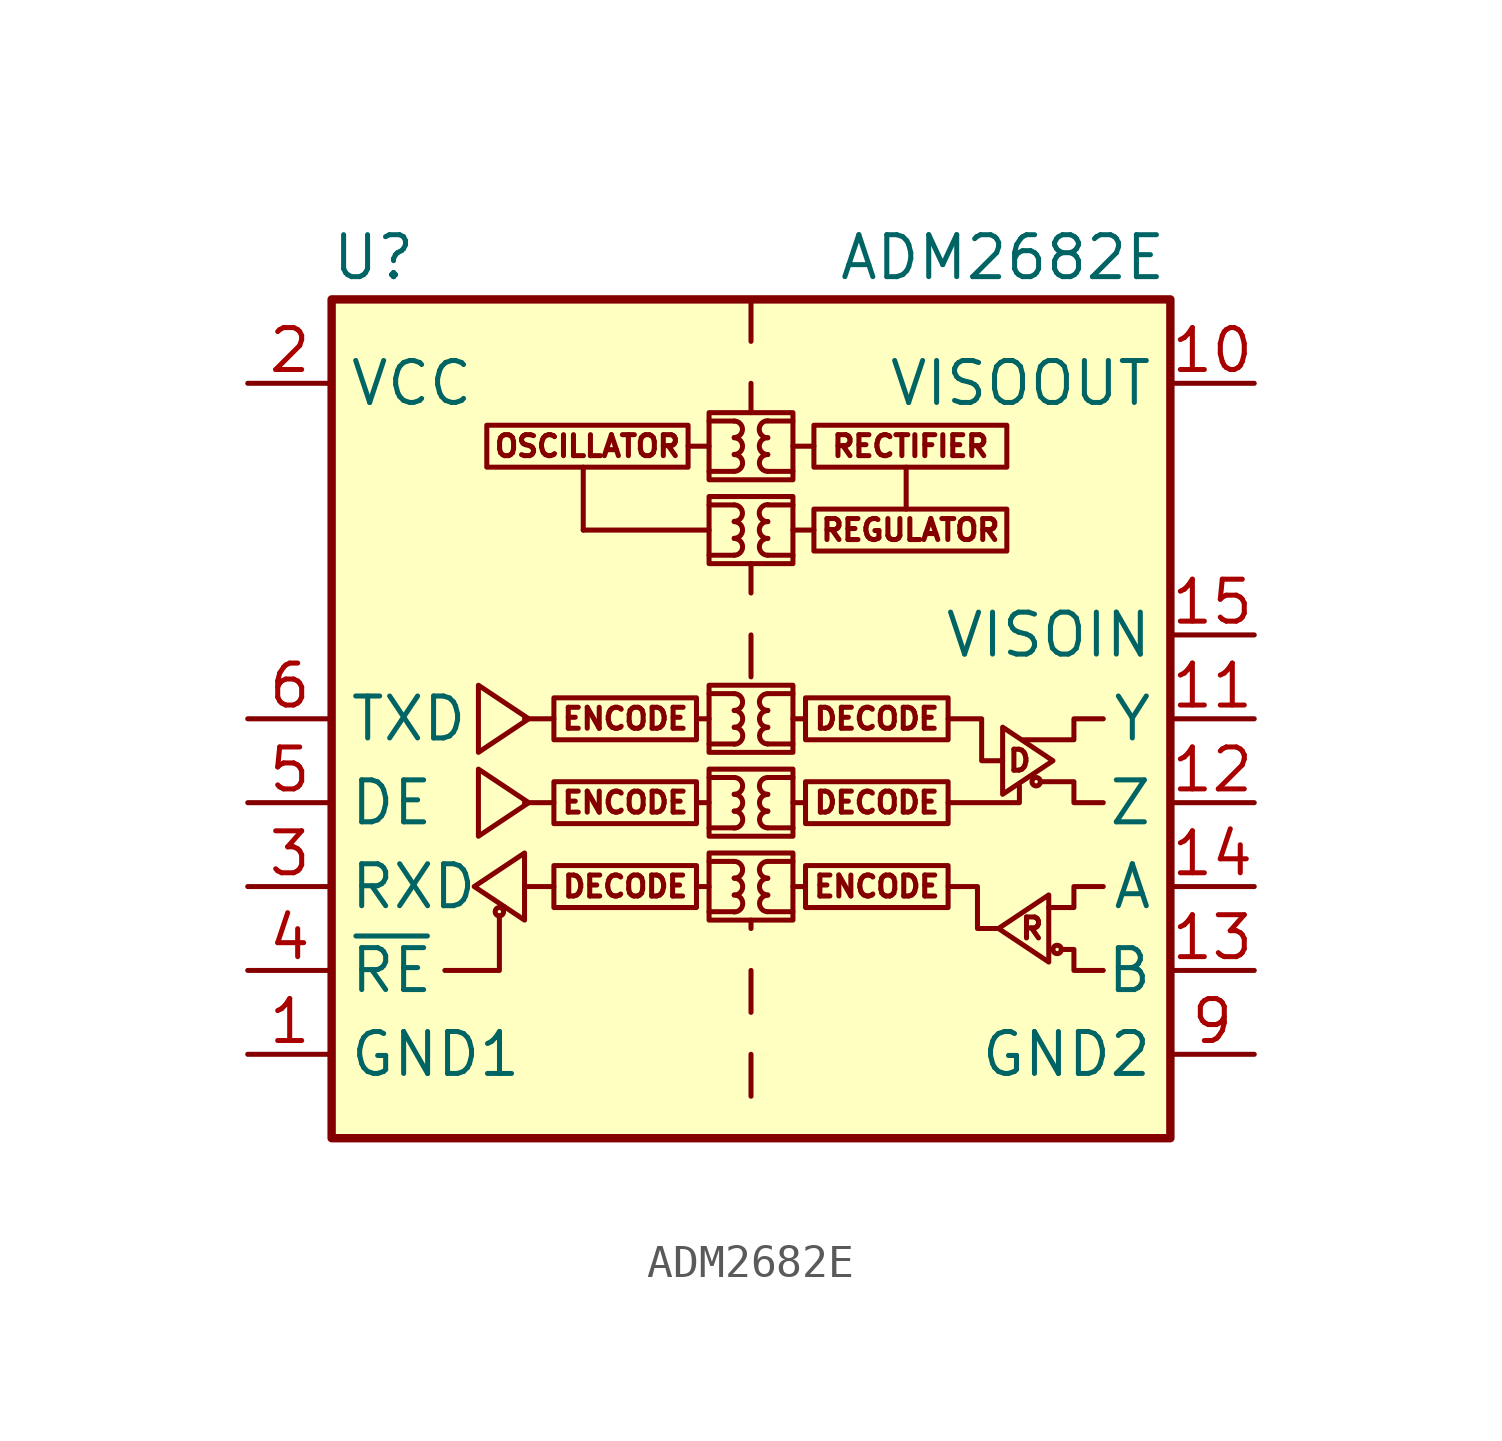
<source format=kicad_sym>
(kicad_symbol_lib
  (version 20201005)
  (generator kicad_symbol_editor)
  (symbol "Interface_UART:ADM2682E"
    (property "Reference" "U"
      (at -11.43 13.97 0)
      (effects (font (size 1.27 1.27))))
    (property "Value" "ADM2682E"
      (at 7.62 13.97 0)
      (effects (font (size 1.27 1.27))))
    (symbol "ADM2682E_0_0"
      (text "D" (at 8.128 -1.27 0) (effects (font (size 0.635 0.635))))
      (text "R" (at 8.509 -6.35 0) (effects (font (size 0.635 0.635)))))
    (symbol "ADM2682E_0_1"
      (circle (center -7.62 -5.842) (radius 0.127) (stroke (width 0)) (fill (type none)))
      (polyline (pts (xy -9.271 -7.62) (xy -7.62 -7.62) (xy -7.62 -5.969)) (stroke (width 0)) (fill (type none)))
      (polyline (pts (xy 5.969 -2.54) (xy 8.128 -2.54) (xy 8.128 -2.032)) (stroke (width 0)) (fill (type none)))
      (polyline (pts (xy 7.493 -6.35) (xy 6.858 -6.35) (xy 6.858 -5.08) (xy 5.969 -5.08)) (stroke (width 0)) (fill (type none)))
      (polyline (pts (xy 7.62 -1.27) (xy 6.985 -1.27) (xy 6.985 0) (xy 5.969 0)) (stroke (width 0)) (fill (type none)))
      (polyline (pts (xy 9.017 -5.715) (xy 9.779 -5.715) (xy 9.779 -5.08) (xy 10.668 -5.08)) (stroke (width 0)) (fill (type none)))
      (polyline (pts (xy 9.398 -6.985) (xy 9.779 -6.985) (xy 9.779 -7.62) (xy 10.668 -7.62)) (stroke (width 0)) (fill (type none)))
      (polyline (pts (xy 10.668 -2.54) (xy 9.779 -2.54) (xy 9.779 -1.905) (xy 8.763 -1.905)) (stroke (width 0)) (fill (type none)))
      (polyline (pts (xy 10.668 0) (xy 9.779 0) (xy 9.779 -0.635) (xy 8.255 -0.635)) (stroke (width 0)) (fill (type none))))
    (symbol "ADM2682E_1_0"
      (arc (start -0.508 -5.842) (end -0.508 -5.334) (radius (at -0.508 -5.588) (length 0.254) (angles -89.9 89.9)) (stroke (width 0)) (fill (type none)))
      (arc (start -0.508 -5.334) (end -0.508 -4.826) (radius (at -0.508 -5.08) (length 0.254) (angles -89.9 89.9)) (stroke (width 0)) (fill (type none)))
      (arc (start -0.508 -4.826) (end -0.508 -4.318) (radius (at -0.508 -4.572) (length 0.254) (angles -89.9 89.9)) (stroke (width 0)) (fill (type none)))
      (arc (start -0.508 -3.302) (end -0.508 -2.794) (radius (at -0.508 -3.048) (length 0.254) (angles -89.9 89.9)) (stroke (width 0)) (fill (type none)))
      (arc (start -0.508 -2.794) (end -0.508 -2.286) (radius (at -0.508 -2.54) (length 0.254) (angles -89.9 89.9)) (stroke (width 0)) (fill (type none)))
      (arc (start -0.508 -2.286) (end -0.508 -1.778) (radius (at -0.508 -2.032) (length 0.254) (angles -89.9 89.9)) (stroke (width 0)) (fill (type none)))
      (arc (start -0.508 -0.762) (end -0.508 -0.254) (radius (at -0.508 -0.508) (length 0.254) (angles -89.9 89.9)) (stroke (width 0)) (fill (type none)))
      (arc (start -0.508 -0.254) (end -0.508 0.254) (radius (at -0.508 0) (length 0.254) (angles -89.9 89.9)) (stroke (width 0)) (fill (type none)))
      (arc (start -0.508 0.254) (end -0.508 0.762) (radius (at -0.508 0.508) (length 0.254) (angles -89.9 89.9)) (stroke (width 0)) (fill (type none)))
      (arc (start -0.508 4.953) (end -0.508 5.461) (radius (at -0.508 5.207) (length 0.254) (angles -89.9 89.9)) (stroke (width 0)) (fill (type none)))
      (arc (start -0.508 5.461) (end -0.508 5.969) (radius (at -0.508 5.715) (length 0.254) (angles -89.9 89.9)) (stroke (width 0)) (fill (type none)))
      (arc (start -0.508 5.969) (end -0.508 6.477) (radius (at -0.508 6.223) (length 0.254) (angles -89.9 89.9)) (stroke (width 0)) (fill (type none)))
      (arc (start -0.508 7.493) (end -0.508 8.001) (radius (at -0.508 7.747) (length 0.254) (angles -89.9 89.9)) (stroke (width 0)) (fill (type none)))
      (arc (start -0.508 8.001) (end -0.508 8.509) (radius (at -0.508 8.255) (length 0.254) (angles -89.9 89.9)) (stroke (width 0)) (fill (type none)))
      (arc (start -0.508 8.509) (end -0.508 9.017) (radius (at -0.508 8.763) (length 0.254) (angles -89.9 89.9)) (stroke (width 0)) (fill (type none)))
      (arc (start 0.508 -5.334) (end 0.508 -5.842) (radius (at 0.508 -5.588) (length 0.254) (angles 90.1 -90.1)) (stroke (width 0)) (fill (type none)))
      (arc (start 0.508 -4.826) (end 0.508 -5.334) (radius (at 0.508 -5.08) (length 0.254) (angles 90.1 -90.1)) (stroke (width 0)) (fill (type none)))
      (arc (start 0.508 -4.318) (end 0.508 -4.826) (radius (at 0.508 -4.572) (length 0.254) (angles 90.1 -90.1)) (stroke (width 0)) (fill (type none)))
      (arc (start 0.508 -2.794) (end 0.508 -3.302) (radius (at 0.508 -3.048) (length 0.254) (angles 90.1 -90.1)) (stroke (width 0)) (fill (type none)))
      (arc (start 0.508 -2.286) (end 0.508 -2.794) (radius (at 0.508 -2.54) (length 0.254) (angles 90.1 -90.1)) (stroke (width 0)) (fill (type none)))
      (arc (start 0.508 -1.778) (end 0.508 -2.286) (radius (at 0.508 -2.032) (length 0.254) (angles 90.1 -90.1)) (stroke (width 0)) (fill (type none)))
      (arc (start 0.508 -0.254) (end 0.508 -0.762) (radius (at 0.508 -0.508) (length 0.254) (angles 90.1 -90.1)) (stroke (width 0)) (fill (type none)))
      (arc (start 0.508 0.254) (end 0.508 -0.254) (radius (at 0.508 0) (length 0.254) (angles 90.1 -90.1)) (stroke (width 0)) (fill (type none)))
      (arc (start 0.508 0.762) (end 0.508 0.254) (radius (at 0.508 0.508) (length 0.254) (angles 90.1 -90.1)) (stroke (width 0)) (fill (type none)))
      (arc (start 0.508 5.461) (end 0.508 4.953) (radius (at 0.508 5.207) (length 0.254) (angles 90.1 -90.1)) (stroke (width 0)) (fill (type none)))
      (arc (start 0.508 5.969) (end 0.508 5.461) (radius (at 0.508 5.715) (length 0.254) (angles 90.1 -90.1)) (stroke (width 0)) (fill (type none)))
      (arc (start 0.508 6.477) (end 0.508 5.969) (radius (at 0.508 6.223) (length 0.254) (angles 90.1 -90.1)) (stroke (width 0)) (fill (type none)))
      (arc (start 0.508 8.001) (end 0.508 7.493) (radius (at 0.508 7.747) (length 0.254) (angles 90.1 -90.1)) (stroke (width 0)) (fill (type none)))
      (arc (start 0.508 8.509) (end 0.508 8.001) (radius (at 0.508 8.255) (length 0.254) (angles 90.1 -90.1)) (stroke (width 0)) (fill (type none)))
      (arc (start 0.508 9.017) (end 0.508 8.509) (radius (at 0.508 8.763) (length 0.254) (angles 90.1 -90.1)) (stroke (width 0)) (fill (type none)))
      (text "DECODE" (at -3.81 -5.08 0) (effects (font (size 0.635 0.635))))
      (text "DECODE" (at 3.81 -2.54 0) (effects (font (size 0.635 0.635))))
      (text "DECODE" (at 3.81 0 0) (effects (font (size 0.635 0.635))))
      (text "ENCODE" (at -3.81 -2.54 0) (effects (font (size 0.635 0.635))))
      (text "ENCODE" (at -3.81 0 0) (effects (font (size 0.635 0.635))))
      (text "ENCODE" (at 3.81 -5.08 0) (effects (font (size 0.635 0.635))))
      (text "OSCILLATOR" (at -4.953 8.255 0) (effects (font (size 0.635 0.635))))
      (text "RECTIFIER" (at 4.826 8.255 0) (effects (font (size 0.635 0.635))))
      (text "REGULATOR" (at 4.826 5.715 0) (effects (font (size 0.635 0.635))))
      (rectangle (start -1.27 -4.064) (end 1.27 -6.096) (stroke (width 0)) (fill (type none)))
      (rectangle (start -1.27 -1.524) (end 1.27 -3.556) (stroke (width 0)) (fill (type none)))
      (rectangle (start -1.27 1.016) (end 1.27 -1.016) (stroke (width 0)) (fill (type none)))
      (rectangle (start -1.27 6.731) (end 1.27 4.699) (stroke (width 0)) (fill (type none)))
      (rectangle (start -1.27 9.271) (end 1.27 7.239) (stroke (width 0)) (fill (type none)))
      (rectangle (start 1.651 -4.445) (end 5.969 -5.715) (stroke (width 0)) (fill (type none)))
      (rectangle (start 1.651 -1.905) (end 5.969 -3.175) (stroke (width 0)) (fill (type none)))
      (rectangle (start 1.651 0.635) (end 5.969 -0.635) (stroke (width 0)) (fill (type none)))
      (rectangle (start 1.905 6.35) (end 7.747 5.08) (stroke (width 0)) (fill (type none)))
      (rectangle (start 1.905 8.89) (end 7.747 7.62) (stroke (width 0)) (fill (type none)))
      (polyline (pts (xy -5.969 -5.08) (xy -6.858 -5.08)) (stroke (width 0)) (fill (type none)))
      (polyline (pts (xy -5.969 -2.54) (xy -6.858 -2.54)) (stroke (width 0)) (fill (type none)))
      (polyline (pts (xy -5.969 0) (xy -6.858 0)) (stroke (width 0)) (fill (type none)))
      (polyline (pts (xy -5.08 5.715) (xy -5.08 7.62)) (stroke (width 0)) (fill (type none)))
      (polyline (pts (xy -5.08 5.715) (xy -1.27 5.715)) (stroke (width 0)) (fill (type none)))
      (polyline (pts (xy -1.905 8.255) (xy -1.27 8.255)) (stroke (width 0)) (fill (type none)))
      (polyline (pts (xy -1.651 -5.08) (xy -1.27 -5.08)) (stroke (width 0)) (fill (type none)))
      (polyline (pts (xy -1.651 -2.54) (xy -1.27 -2.54)) (stroke (width 0)) (fill (type none)))
      (polyline (pts (xy -1.651 0) (xy -1.27 0)) (stroke (width 0)) (fill (type none)))
      (polyline (pts (xy -1.27 -5.842) (xy -0.508 -5.842)) (stroke (width 0)) (fill (type none)))
      (polyline (pts (xy -1.27 -4.318) (xy -0.508 -4.318)) (stroke (width 0)) (fill (type none)))
      (polyline (pts (xy -1.27 -3.302) (xy -0.508 -3.302)) (stroke (width 0)) (fill (type none)))
      (polyline (pts (xy -1.27 -1.778) (xy -0.508 -1.778)) (stroke (width 0)) (fill (type none)))
      (polyline (pts (xy -1.27 -0.762) (xy -0.508 -0.762)) (stroke (width 0)) (fill (type none)))
      (polyline (pts (xy -1.27 0.762) (xy -0.508 0.762)) (stroke (width 0)) (fill (type none)))
      (polyline (pts (xy -1.27 4.953) (xy -0.508 4.953)) (stroke (width 0)) (fill (type none)))
      (polyline (pts (xy -1.27 6.477) (xy -0.508 6.477)) (stroke (width 0)) (fill (type none)))
      (polyline (pts (xy -1.27 7.493) (xy -0.508 7.493)) (stroke (width 0)) (fill (type none)))
      (polyline (pts (xy -1.27 9.017) (xy -0.508 9.017)) (stroke (width 0)) (fill (type none)))
      (polyline (pts (xy 0 -11.43) (xy 0 -10.16)) (stroke (width 0)) (fill (type none)))
      (polyline (pts (xy 0 -8.89) (xy 0 -7.62)) (stroke (width 0)) (fill (type none)))
      (polyline (pts (xy 0 -6.35) (xy 0 -6.096)) (stroke (width 0)) (fill (type none)))
      (polyline (pts (xy 0 1.27) (xy 0 2.54)) (stroke (width 0)) (fill (type none)))
      (polyline (pts (xy 0 3.81) (xy 0 4.699)) (stroke (width 0)) (fill (type none)))
      (polyline (pts (xy 0 9.271) (xy 0 10.16)) (stroke (width 0)) (fill (type none)))
      (polyline (pts (xy 0 12.7) (xy 0 11.43)) (stroke (width 0)) (fill (type none)))
      (polyline (pts (xy 1.27 -5.842) (xy 0.508 -5.842)) (stroke (width 0)) (fill (type none)))
      (polyline (pts (xy 1.27 -4.318) (xy 0.508 -4.318)) (stroke (width 0)) (fill (type none)))
      (polyline (pts (xy 1.27 -3.302) (xy 0.508 -3.302)) (stroke (width 0)) (fill (type none)))
      (polyline (pts (xy 1.27 -1.778) (xy 0.508 -1.778)) (stroke (width 0)) (fill (type none)))
      (polyline (pts (xy 1.27 -0.762) (xy 0.508 -0.762)) (stroke (width 0)) (fill (type none)))
      (polyline (pts (xy 1.27 0.762) (xy 0.508 0.762)) (stroke (width 0)) (fill (type none)))
      (polyline (pts (xy 1.27 4.953) (xy 0.508 4.953)) (stroke (width 0)) (fill (type none)))
      (polyline (pts (xy 1.27 6.477) (xy 0.508 6.477)) (stroke (width 0)) (fill (type none)))
      (polyline (pts (xy 1.27 7.493) (xy 0.508 7.493)) (stroke (width 0)) (fill (type none)))
      (polyline (pts (xy 1.27 9.017) (xy 0.508 9.017)) (stroke (width 0)) (fill (type none)))
      (polyline (pts (xy 1.651 -5.08) (xy 1.27 -5.08)) (stroke (width 0)) (fill (type none)))
      (polyline (pts (xy 1.651 -2.54) (xy 1.27 -2.54)) (stroke (width 0)) (fill (type none)))
      (polyline (pts (xy 1.651 0) (xy 1.27 0)) (stroke (width 0)) (fill (type none)))
      (polyline (pts (xy 1.905 5.715) (xy 1.27 5.715)) (stroke (width 0)) (fill (type none)))
      (polyline (pts (xy 1.905 8.255) (xy 1.27 8.255)) (stroke (width 0)) (fill (type none)))
      (polyline (pts (xy 4.699 6.35) (xy 4.699 7.62)) (stroke (width 0)) (fill (type none))))
    (symbol "ADM2682E_1_1"
      (circle (center 8.636 -1.905) (radius 0.127) (stroke (width 0)) (fill (type none)))
      (circle (center 9.271 -6.985) (radius 0.127) (stroke (width 0)) (fill (type none)))
      (rectangle (start -12.7 12.7) (end 12.7 -12.7) (stroke (width 0.254)) (fill (type background)))
      (rectangle (start -1.905 8.89) (end -8.001 7.62) (stroke (width 0)) (fill (type none)))
      (rectangle (start -1.651 -4.445) (end -5.969 -5.715) (stroke (width 0)) (fill (type none)))
      (rectangle (start -1.651 -1.905) (end -5.969 -3.175) (stroke (width 0)) (fill (type none)))
      (rectangle (start -1.651 0.635) (end -5.969 -0.635) (stroke (width 0)) (fill (type none)))
      (polyline (pts (xy -8.382 -5.08) (xy -6.858 -4.064) (xy -6.858 -6.096) (xy -8.382 -5.08)) (stroke (width 0)) (fill (type none)))
      (polyline (pts (xy -6.731 -2.54) (xy -8.255 -1.524) (xy -8.255 -3.556) (xy -6.731 -2.54)) (stroke (width 0)) (fill (type none)))
      (polyline (pts (xy -6.731 0) (xy -8.255 1.016) (xy -8.255 -1.016) (xy -6.731 0)) (stroke (width 0)) (fill (type none)))
      (polyline (pts (xy 7.493 -6.35) (xy 9.017 -5.334) (xy 9.017 -7.366) (xy 7.493 -6.35)) (stroke (width 0)) (fill (type none)))
      (polyline (pts (xy 9.144 -1.27) (xy 7.62 -0.254) (xy 7.62 -2.286) (xy 9.144 -1.27)) (stroke (width 0)) (fill (type none)))
      (pin power_in line (at -15.24 -10.16 0) (length 2.54) (name "GND1" (effects (font (size 1.27 1.27)))) (number "1" (effects (font (size 1.27 1.27)))))
      (pin power_in line (at 15.24 10.16 180) (length 2.54) (name "VISOOUT" (effects (font (size 1.27 1.27)))) (number "10" (effects (font (size 1.27 1.27)))))
      (pin output line (at 15.24 0 180) (length 2.54) (name "Y" (effects (font (size 1.27 1.27)))) (number "11" (effects (font (size 1.27 1.27)))))
      (pin output line (at 15.24 -2.54 180) (length 2.54) (name "Z" (effects (font (size 1.27 1.27)))) (number "12" (effects (font (size 1.27 1.27)))))
      (pin input line (at 15.24 -7.62 180) (length 2.54) (name "B" (effects (font (size 1.27 1.27)))) (number "13" (effects (font (size 1.27 1.27)))))
      (pin input line (at 15.24 -5.08 180) (length 2.54) (name "A" (effects (font (size 1.27 1.27)))) (number "14" (effects (font (size 1.27 1.27)))))
      (pin power_in line (at 15.24 2.54 180) (length 2.54) (name "VISOIN" (effects (font (size 1.27 1.27)))) (number "15" (effects (font (size 1.27 1.27)))))
      (pin passive line (at 15.24 -10.16 180) (length 2.54) hide (name "GND2" (effects (font (size 1.27 1.27)))) (number "16" (effects (font (size 1.27 1.27)))))
      (pin power_in line (at -15.24 10.16 0) (length 2.54) (name "VCC" (effects (font (size 1.27 1.27)))) (number "2" (effects (font (size 1.27 1.27)))))
      (pin output line (at -15.24 -5.08 0) (length 2.54) (name "RXD" (effects (font (size 1.27 1.27)))) (number "3" (effects (font (size 1.27 1.27)))))
      (pin input line (at -15.24 -7.62 0) (length 2.54) (name "~RE" (effects (font (size 1.27 1.27)))) (number "4" (effects (font (size 1.27 1.27)))))
      (pin input line (at -15.24 -2.54 0) (length 2.54) (name "DE" (effects (font (size 1.27 1.27)))) (number "5" (effects (font (size 1.27 1.27)))))
      (pin input line (at -15.24 0 0) (length 2.54) (name "TXD" (effects (font (size 1.27 1.27)))) (number "6" (effects (font (size 1.27 1.27)))))
      (pin passive line (at -15.24 10.16 0) (length 2.54) hide (name "VCC" (effects (font (size 1.27 1.27)))) (number "7" (effects (font (size 1.27 1.27)))))
      (pin passive line (at -15.24 -10.16 0) (length 2.54) hide (name "GND1" (effects (font (size 1.27 1.27)))) (number "8" (effects (font (size 1.27 1.27)))))
      (pin power_in line (at 15.24 -10.16 180) (length 2.54) (name "GND2" (effects (font (size 1.27 1.27)))) (number "9" (effects (font (size 1.27 1.27))))))))
</source>
